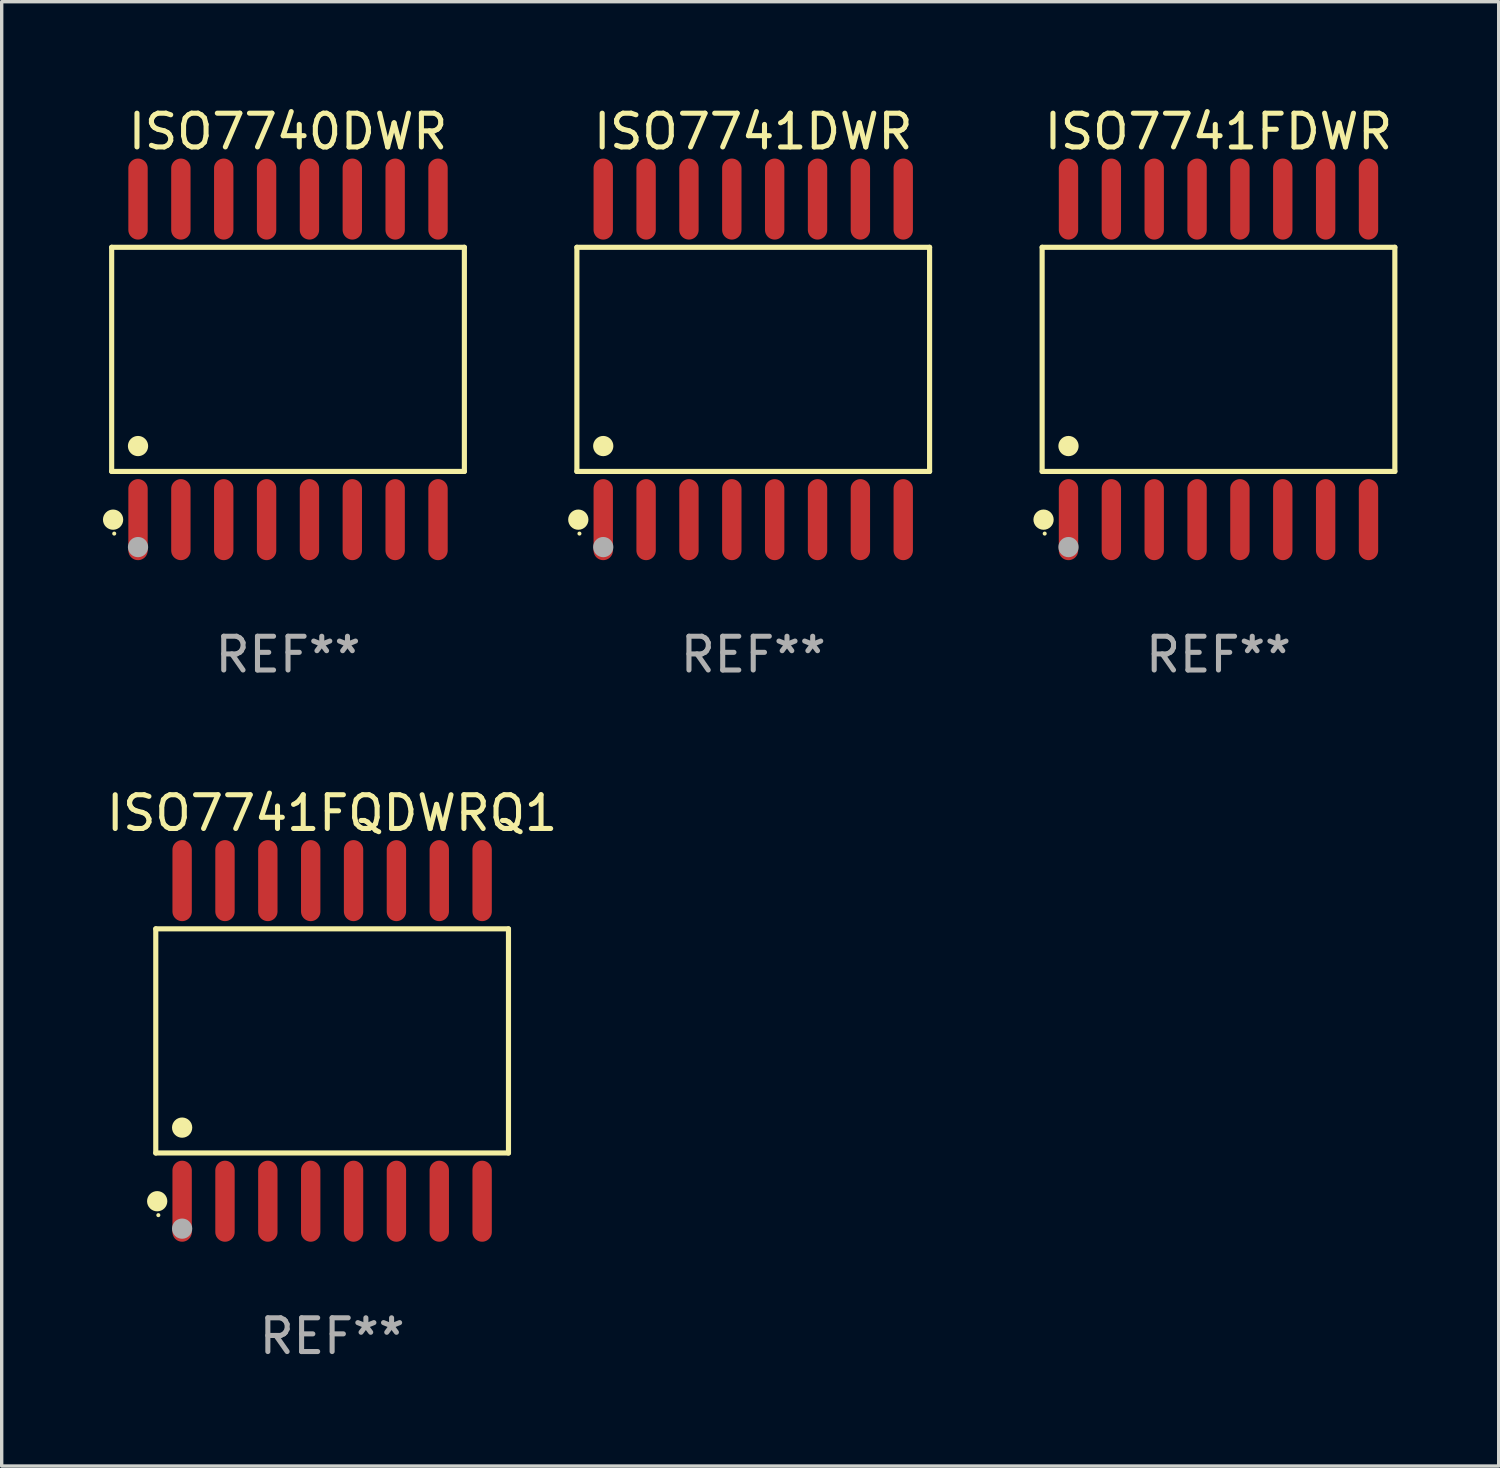
<source format=kicad_pcb>
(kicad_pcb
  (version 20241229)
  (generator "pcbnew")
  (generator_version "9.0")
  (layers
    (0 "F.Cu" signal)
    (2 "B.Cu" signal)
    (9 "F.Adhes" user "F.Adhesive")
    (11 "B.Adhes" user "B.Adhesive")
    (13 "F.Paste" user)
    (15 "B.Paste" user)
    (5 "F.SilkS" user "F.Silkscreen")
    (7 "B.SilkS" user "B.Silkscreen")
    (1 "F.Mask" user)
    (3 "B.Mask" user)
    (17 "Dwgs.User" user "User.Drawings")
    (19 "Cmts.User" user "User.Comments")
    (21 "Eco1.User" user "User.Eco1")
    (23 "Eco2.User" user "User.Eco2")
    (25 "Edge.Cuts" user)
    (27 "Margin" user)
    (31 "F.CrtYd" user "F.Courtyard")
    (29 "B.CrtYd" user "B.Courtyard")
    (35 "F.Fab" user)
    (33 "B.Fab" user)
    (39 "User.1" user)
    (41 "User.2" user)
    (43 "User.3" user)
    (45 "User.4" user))
  (footprint "ISO7740DWR"
    (layer "F.Cu")
    (at 5.485 7.599)
    (property "Reference" "ISO7740DWR" (at 0 -6.75 0) (layer "F.SilkS") (effects (font (size 1 1) (thickness 0.15))))
    (attr through_hole)
    (fp_line (start -5.226 -3.321) (end 5.226 -3.321) (stroke (width 0.152) (type solid)) (layer "F.SilkS"))
    (fp_line (start -5.226 3.321) (end -5.226 -3.321) (stroke (width 0.152) (type solid)) (layer "F.SilkS"))
    (fp_line (start 5.226 -3.321) (end 5.226 3.321) (stroke (width 0.152) (type solid)) (layer "F.SilkS"))
    (fp_line (start 5.226 3.321) (end -5.226 3.321) (stroke (width 0.152) (type solid)) (layer "F.SilkS"))
    (fp_circle (center -5.184 4.75) (end -5.034 4.75) (stroke (width 0.3) (type solid)) (fill no) (layer "F.SilkS"))
    (fp_circle (center -5.15 5.163) (end -5.12 5.163) (stroke (width 0.06) (type solid)) (fill no) (layer "F.SilkS"))
    (fp_circle (center -4.445 2.569) (end -4.295 2.569) (stroke (width 0.3) (type solid)) (fill no) (layer "F.SilkS"))
    (fp_circle (center -4.445 5.563) (end -4.295 5.563) (stroke (width 0.3) (type solid)) (fill no) (layer "F.Fab"))
    (fp_text user "REF**" (at 0 8.75 0) (layer "F.Fab") (effects (font (size 1 1) (thickness 0.15))))
    (pad "1" smd oval (at -4.445 4.75) (size 0.574 2.401) (layers "F.Cu" "F.Mask" "F.Paste"))
    (pad "2" smd oval (at -3.175 4.75) (size 0.574 2.401) (layers "F.Cu" "F.Mask" "F.Paste"))
    (pad "3" smd oval (at -1.905 4.75) (size 0.574 2.401) (layers "F.Cu" "F.Mask" "F.Paste"))
    (pad "4" smd oval (at -0.635 4.75) (size 0.574 2.401) (layers "F.Cu" "F.Mask" "F.Paste"))
    (pad "5" smd oval (at 0.635 4.75) (size 0.574 2.401) (layers "F.Cu" "F.Mask" "F.Paste"))
    (pad "6" smd oval (at 1.905 4.75) (size 0.574 2.401) (layers "F.Cu" "F.Mask" "F.Paste"))
    (pad "7" smd oval (at 3.175 4.75) (size 0.574 2.401) (layers "F.Cu" "F.Mask" "F.Paste"))
    (pad "8" smd oval (at 4.445 4.75) (size 0.574 2.401) (layers "F.Cu" "F.Mask" "F.Paste"))
    (pad "9" smd oval (at 4.445 -4.75) (size 0.574 2.401) (layers "F.Cu" "F.Mask" "F.Paste"))
    (pad "10" smd oval (at 3.175 -4.75) (size 0.574 2.401) (layers "F.Cu" "F.Mask" "F.Paste"))
    (pad "11" smd oval (at 1.905 -4.75) (size 0.574 2.401) (layers "F.Cu" "F.Mask" "F.Paste"))
    (pad "12" smd oval (at 0.635 -4.75) (size 0.574 2.401) (layers "F.Cu" "F.Mask" "F.Paste"))
    (pad "13" smd oval (at -0.635 -4.75) (size 0.574 2.401) (layers "F.Cu" "F.Mask" "F.Paste"))
    (pad "14" smd oval (at -1.905 -4.75) (size 0.574 2.401) (layers "F.Cu" "F.Mask" "F.Paste"))
    (pad "15" smd oval (at -3.175 -4.75) (size 0.574 2.401) (layers "F.Cu" "F.Mask" "F.Paste"))
    (pad "16" smd oval (at -4.445 -4.75) (size 0.574 2.401) (layers "F.Cu" "F.Mask" "F.Paste")))
  (footprint "ISO7741FQDWRQ1"
    (layer "F.Cu")
    (at 6.792 27.796)
    (property "Reference" "ISO7741FQDWRQ1" (at 0 -6.75 0) (layer "F.SilkS") (effects (font (size 1 1) (thickness 0.15))))
    (attr through_hole)
    (fp_line (start -5.226 -3.321) (end 5.226 -3.321) (stroke (width 0.152) (type solid)) (layer "F.SilkS"))
    (fp_line (start -5.226 3.321) (end -5.226 -3.321) (stroke (width 0.152) (type solid)) (layer "F.SilkS"))
    (fp_line (start 5.226 -3.321) (end 5.226 3.321) (stroke (width 0.152) (type solid)) (layer "F.SilkS"))
    (fp_line (start 5.226 3.321) (end -5.226 3.321) (stroke (width 0.152) (type solid)) (layer "F.SilkS"))
    (fp_circle (center -5.184 4.75) (end -5.034 4.75) (stroke (width 0.3) (type solid)) (fill no) (layer "F.SilkS"))
    (fp_circle (center -5.15 5.163) (end -5.12 5.163) (stroke (width 0.06) (type solid)) (fill no) (layer "F.SilkS"))
    (fp_circle (center -4.445 2.569) (end -4.295 2.569) (stroke (width 0.3) (type solid)) (fill no) (layer "F.SilkS"))
    (fp_circle (center -4.445 5.563) (end -4.295 5.563) (stroke (width 0.3) (type solid)) (fill no) (layer "F.Fab"))
    (fp_text user "REF**" (at 0 8.75 0) (layer "F.Fab") (effects (font (size 1 1) (thickness 0.15))))
    (pad "1" smd oval (at -4.445 4.75) (size 0.574 2.401) (layers "F.Cu" "F.Mask" "F.Paste"))
    (pad "2" smd oval (at -3.175 4.75) (size 0.574 2.401) (layers "F.Cu" "F.Mask" "F.Paste"))
    (pad "3" smd oval (at -1.905 4.75) (size 0.574 2.401) (layers "F.Cu" "F.Mask" "F.Paste"))
    (pad "4" smd oval (at -0.635 4.75) (size 0.574 2.401) (layers "F.Cu" "F.Mask" "F.Paste"))
    (pad "5" smd oval (at 0.635 4.75) (size 0.574 2.401) (layers "F.Cu" "F.Mask" "F.Paste"))
    (pad "6" smd oval (at 1.905 4.75) (size 0.574 2.401) (layers "F.Cu" "F.Mask" "F.Paste"))
    (pad "7" smd oval (at 3.175 4.75) (size 0.574 2.401) (layers "F.Cu" "F.Mask" "F.Paste"))
    (pad "8" smd oval (at 4.445 4.75) (size 0.574 2.401) (layers "F.Cu" "F.Mask" "F.Paste"))
    (pad "9" smd oval (at 4.445 -4.75) (size 0.574 2.401) (layers "F.Cu" "F.Mask" "F.Paste"))
    (pad "10" smd oval (at 3.175 -4.75) (size 0.574 2.401) (layers "F.Cu" "F.Mask" "F.Paste"))
    (pad "11" smd oval (at 1.905 -4.75) (size 0.574 2.401) (layers "F.Cu" "F.Mask" "F.Paste"))
    (pad "12" smd oval (at 0.635 -4.75) (size 0.574 2.401) (layers "F.Cu" "F.Mask" "F.Paste"))
    (pad "13" smd oval (at -0.635 -4.75) (size 0.574 2.401) (layers "F.Cu" "F.Mask" "F.Paste"))
    (pad "14" smd oval (at -1.905 -4.75) (size 0.574 2.401) (layers "F.Cu" "F.Mask" "F.Paste"))
    (pad "15" smd oval (at -3.175 -4.75) (size 0.574 2.401) (layers "F.Cu" "F.Mask" "F.Paste"))
    (pad "16" smd oval (at -4.445 -4.75) (size 0.574 2.401) (layers "F.Cu" "F.Mask" "F.Paste")))
  (footprint "ISO7741DWR"
    (layer "F.Cu")
    (at 19.271 7.599)
    (property "Reference" "ISO7741DWR" (at 0 -6.75 0) (layer "F.SilkS") (effects (font (size 1 1) (thickness 0.15))))
    (attr through_hole)
    (fp_line (start -5.226 -3.321) (end 5.226 -3.321) (stroke (width 0.152) (type solid)) (layer "F.SilkS"))
    (fp_line (start -5.226 3.321) (end -5.226 -3.321) (stroke (width 0.152) (type solid)) (layer "F.SilkS"))
    (fp_line (start 5.226 -3.321) (end 5.226 3.321) (stroke (width 0.152) (type solid)) (layer "F.SilkS"))
    (fp_line (start 5.226 3.321) (end -5.226 3.321) (stroke (width 0.152) (type solid)) (layer "F.SilkS"))
    (fp_circle (center -5.184 4.75) (end -5.034 4.75) (stroke (width 0.3) (type solid)) (fill no) (layer "F.SilkS"))
    (fp_circle (center -5.15 5.163) (end -5.12 5.163) (stroke (width 0.06) (type solid)) (fill no) (layer "F.SilkS"))
    (fp_circle (center -4.445 2.569) (end -4.295 2.569) (stroke (width 0.3) (type solid)) (fill no) (layer "F.SilkS"))
    (fp_circle (center -4.445 5.563) (end -4.295 5.563) (stroke (width 0.3) (type solid)) (fill no) (layer "F.Fab"))
    (fp_text user "REF**" (at 0 8.75 0) (layer "F.Fab") (effects (font (size 1 1) (thickness 0.15))))
    (pad "1" smd oval (at -4.445 4.75) (size 0.574 2.401) (layers "F.Cu" "F.Mask" "F.Paste"))
    (pad "2" smd oval (at -3.175 4.75) (size 0.574 2.401) (layers "F.Cu" "F.Mask" "F.Paste"))
    (pad "3" smd oval (at -1.905 4.75) (size 0.574 2.401) (layers "F.Cu" "F.Mask" "F.Paste"))
    (pad "4" smd oval (at -0.635 4.75) (size 0.574 2.401) (layers "F.Cu" "F.Mask" "F.Paste"))
    (pad "5" smd oval (at 0.635 4.75) (size 0.574 2.401) (layers "F.Cu" "F.Mask" "F.Paste"))
    (pad "6" smd oval (at 1.905 4.75) (size 0.574 2.401) (layers "F.Cu" "F.Mask" "F.Paste"))
    (pad "7" smd oval (at 3.175 4.75) (size 0.574 2.401) (layers "F.Cu" "F.Mask" "F.Paste"))
    (pad "8" smd oval (at 4.445 4.75) (size 0.574 2.401) (layers "F.Cu" "F.Mask" "F.Paste"))
    (pad "9" smd oval (at 4.445 -4.75) (size 0.574 2.401) (layers "F.Cu" "F.Mask" "F.Paste"))
    (pad "10" smd oval (at 3.175 -4.75) (size 0.574 2.401) (layers "F.Cu" "F.Mask" "F.Paste"))
    (pad "11" smd oval (at 1.905 -4.75) (size 0.574 2.401) (layers "F.Cu" "F.Mask" "F.Paste"))
    (pad "12" smd oval (at 0.635 -4.75) (size 0.574 2.401) (layers "F.Cu" "F.Mask" "F.Paste"))
    (pad "13" smd oval (at -0.635 -4.75) (size 0.574 2.401) (layers "F.Cu" "F.Mask" "F.Paste"))
    (pad "14" smd oval (at -1.905 -4.75) (size 0.574 2.401) (layers "F.Cu" "F.Mask" "F.Paste"))
    (pad "15" smd oval (at -3.175 -4.75) (size 0.574 2.401) (layers "F.Cu" "F.Mask" "F.Paste"))
    (pad "16" smd oval (at -4.445 -4.75) (size 0.574 2.401) (layers "F.Cu" "F.Mask" "F.Paste")))
  (footprint "ISO7741FDWR"
    (layer "F.Cu")
    (at 33.058 7.599)
    (property "Reference" "ISO7741FDWR" (at 0 -6.75 0) (layer "F.SilkS") (effects (font (size 1 1) (thickness 0.15))))
    (attr through_hole)
    (fp_line (start -5.226 -3.321) (end 5.226 -3.321) (stroke (width 0.152) (type solid)) (layer "F.SilkS"))
    (fp_line (start -5.226 3.321) (end -5.226 -3.321) (stroke (width 0.152) (type solid)) (layer "F.SilkS"))
    (fp_line (start 5.226 -3.321) (end 5.226 3.321) (stroke (width 0.152) (type solid)) (layer "F.SilkS"))
    (fp_line (start 5.226 3.321) (end -5.226 3.321) (stroke (width 0.152) (type solid)) (layer "F.SilkS"))
    (fp_circle (center -5.184 4.75) (end -5.034 4.75) (stroke (width 0.3) (type solid)) (fill no) (layer "F.SilkS"))
    (fp_circle (center -5.15 5.163) (end -5.12 5.163) (stroke (width 0.06) (type solid)) (fill no) (layer "F.SilkS"))
    (fp_circle (center -4.445 2.569) (end -4.295 2.569) (stroke (width 0.3) (type solid)) (fill no) (layer "F.SilkS"))
    (fp_circle (center -4.445 5.563) (end -4.295 5.563) (stroke (width 0.3) (type solid)) (fill no) (layer "F.Fab"))
    (fp_text user "REF**" (at 0 8.75 0) (layer "F.Fab") (effects (font (size 1 1) (thickness 0.15))))
    (pad "1" smd oval (at -4.445 4.75) (size 0.574 2.401) (layers "F.Cu" "F.Mask" "F.Paste"))
    (pad "2" smd oval (at -3.175 4.75) (size 0.574 2.401) (layers "F.Cu" "F.Mask" "F.Paste"))
    (pad "3" smd oval (at -1.905 4.75) (size 0.574 2.401) (layers "F.Cu" "F.Mask" "F.Paste"))
    (pad "4" smd oval (at -0.635 4.75) (size 0.574 2.401) (layers "F.Cu" "F.Mask" "F.Paste"))
    (pad "5" smd oval (at 0.635 4.75) (size 0.574 2.401) (layers "F.Cu" "F.Mask" "F.Paste"))
    (pad "6" smd oval (at 1.905 4.75) (size 0.574 2.401) (layers "F.Cu" "F.Mask" "F.Paste"))
    (pad "7" smd oval (at 3.175 4.75) (size 0.574 2.401) (layers "F.Cu" "F.Mask" "F.Paste"))
    (pad "8" smd oval (at 4.445 4.75) (size 0.574 2.401) (layers "F.Cu" "F.Mask" "F.Paste"))
    (pad "9" smd oval (at 4.445 -4.75) (size 0.574 2.401) (layers "F.Cu" "F.Mask" "F.Paste"))
    (pad "10" smd oval (at 3.175 -4.75) (size 0.574 2.401) (layers "F.Cu" "F.Mask" "F.Paste"))
    (pad "11" smd oval (at 1.905 -4.75) (size 0.574 2.401) (layers "F.Cu" "F.Mask" "F.Paste"))
    (pad "12" smd oval (at 0.635 -4.75) (size 0.574 2.401) (layers "F.Cu" "F.Mask" "F.Paste"))
    (pad "13" smd oval (at -0.635 -4.75) (size 0.574 2.401) (layers "F.Cu" "F.Mask" "F.Paste"))
    (pad "14" smd oval (at -1.905 -4.75) (size 0.574 2.401) (layers "F.Cu" "F.Mask" "F.Paste"))
    (pad "15" smd oval (at -3.175 -4.75) (size 0.574 2.401) (layers "F.Cu" "F.Mask" "F.Paste"))
    (pad "16" smd oval (at -4.445 -4.75) (size 0.574 2.401) (layers "F.Cu" "F.Mask" "F.Paste")))
  (gr_rect
    (start -3 -3)
    (end 41.361 40.394)
    (stroke (width 0.1) (type default))
    (fill no)
    (layer "Edge.Cuts")))
</source>
